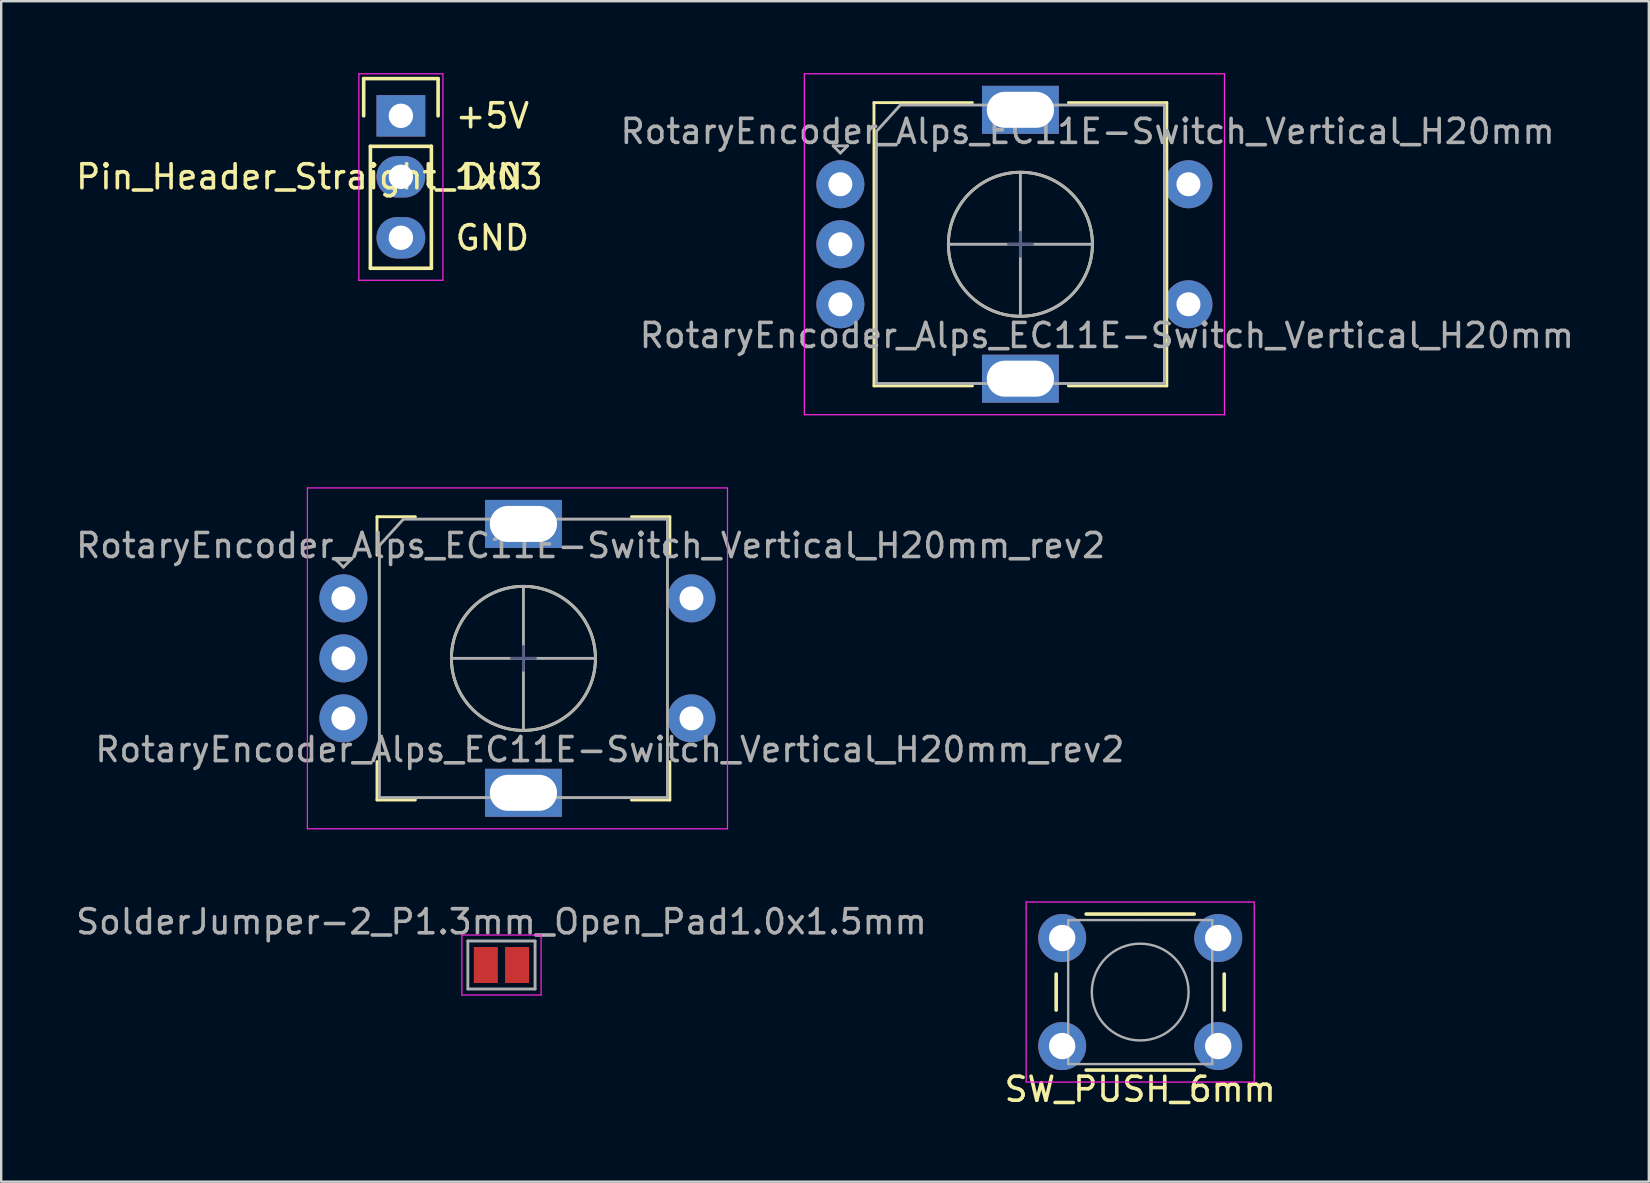
<source format=kicad_pcb>
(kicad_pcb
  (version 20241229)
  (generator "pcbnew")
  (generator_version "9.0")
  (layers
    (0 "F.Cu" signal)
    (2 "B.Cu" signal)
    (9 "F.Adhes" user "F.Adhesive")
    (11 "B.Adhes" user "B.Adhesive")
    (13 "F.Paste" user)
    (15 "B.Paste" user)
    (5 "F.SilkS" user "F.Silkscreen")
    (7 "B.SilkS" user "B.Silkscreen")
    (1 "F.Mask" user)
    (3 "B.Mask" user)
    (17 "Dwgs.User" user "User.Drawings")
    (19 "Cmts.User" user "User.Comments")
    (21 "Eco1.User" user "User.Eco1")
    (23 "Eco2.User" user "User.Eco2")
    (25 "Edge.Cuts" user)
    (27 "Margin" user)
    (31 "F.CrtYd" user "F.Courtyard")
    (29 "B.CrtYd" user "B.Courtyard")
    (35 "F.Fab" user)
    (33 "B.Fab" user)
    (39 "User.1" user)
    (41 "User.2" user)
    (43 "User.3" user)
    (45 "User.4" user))
  (footprint "Pin_Header_Straight_1x03"
    (layer "F.Cu")
    (at 13.649 4.315)
    (property "Reference" "Pin_Header_Straight_1x03" (at -3.81 0 0) (layer "F.SilkS") (effects (font (size 1 1) (thickness 0.15))))
    (attr through_hole)
    (fp_line (start -1.55 -4.09) (end 1.55 -4.09) (stroke (width 0.15) (type solid)) (layer "F.SilkS"))
    (fp_line (start -1.55 -2.54) (end -1.55 -4.09) (stroke (width 0.15) (type solid)) (layer "F.SilkS"))
    (fp_line (start -1.27 -1.27) (end -1.27 3.81) (stroke (width 0.15) (type solid)) (layer "F.SilkS"))
    (fp_line (start -1.27 3.81) (end 1.27 3.81) (stroke (width 0.15) (type solid)) (layer "F.SilkS"))
    (fp_line (start 1.27 -1.27) (end -1.27 -1.27) (stroke (width 0.15) (type solid)) (layer "F.SilkS"))
    (fp_line (start 1.27 3.81) (end 1.27 -1.27) (stroke (width 0.15) (type solid)) (layer "F.SilkS"))
    (fp_line (start 1.55 -4.09) (end 1.55 -2.54) (stroke (width 0.15) (type solid)) (layer "F.SilkS"))
    (fp_line (start -1.75 -4.29) (end -1.75 4.31) (stroke (width 0.05) (type solid)) (layer "F.CrtYd"))
    (fp_line (start -1.75 -4.29) (end 1.75 -4.29) (stroke (width 0.05) (type solid)) (layer "F.CrtYd"))
    (fp_line (start -1.75 4.31) (end 1.75 4.31) (stroke (width 0.05) (type solid)) (layer "F.CrtYd"))
    (fp_line (start 1.75 -4.29) (end 1.75 4.31) (stroke (width 0.05) (type solid)) (layer "F.CrtYd"))
    (fp_text user "DIN" (at 3.81 0 0) (layer "F.SilkS") (effects (font (size 1 1) (thickness 0.15))))
    (fp_text user "+5V" (at 3.81 -2.54 0) (layer "F.SilkS") (effects (font (size 1 1) (thickness 0.15))))
    (fp_text user "GND" (at 3.81 2.54 0) (layer "F.SilkS") (effects (font (size 1 1) (thickness 0.15))))
    (pad "1" thru_hole rect (at 0 -2.54) (size 2.032 1.727) (drill 1.016) (layers "*.Cu" "*.Mask"))
    (pad "2" thru_hole oval (at 0 0) (size 2.032 1.727) (drill 1.016) (layers "*.Cu" "*.Mask"))
    (pad "3" thru_hole oval (at 0 2.54) (size 2.032 1.727) (drill 1.016) (layers "*.Cu" "*.Mask")))
  (footprint "RotaryEncoder_Alps_EC11E-Switch_Vertical_H20mm_rev2"
    (layer "F.Cu")
    (at 18.754 24.375)
    (property "Reference" "RotaryEncoder_Alps_EC11E-Switch_Vertical_H20mm_rev2" (at 2.8 -4.7 0) (layer "F.Fab") (effects (font (size 1 1) (thickness 0.15))))
    (attr through_hole)
    (fp_line (start -6.1 -5.9) (end -6.1 -4.3) (stroke (width 0.12) (type solid)) (layer "F.SilkS"))
    (fp_line (start -6.1 4.3) (end -6.1 5.9) (stroke (width 0.12) (type solid)) (layer "F.SilkS"))
    (fp_line (start -4.5 -5.9) (end -6.1 -5.9) (stroke (width 0.12) (type solid)) (layer "F.SilkS"))
    (fp_line (start -4.5 5.9) (end -6.1 5.9) (stroke (width 0.12) (type solid)) (layer "F.SilkS"))
    (fp_line (start 4.5 -5.9) (end 6.1 -5.9) (stroke (width 0.12) (type solid)) (layer "F.SilkS"))
    (fp_line (start 6.1 -5.9) (end 6.1 -4.3) (stroke (width 0.12) (type solid)) (layer "F.SilkS"))
    (fp_line (start 6.1 4.3) (end 6.1 5.9) (stroke (width 0.12) (type solid)) (layer "F.SilkS"))
    (fp_line (start 6.1 5.9) (end 4.5 5.9) (stroke (width 0.12) (type solid)) (layer "F.SilkS"))
    (fp_circle (center 0 0) (end 3 0) (stroke (width 0.12) (type solid)) (fill no) (layer "F.SilkS"))
    (fp_line (start -9 -7.1) (end -9 7.1) (stroke (width 0.05) (type solid)) (layer "F.CrtYd"))
    (fp_line (start -9 -7.1) (end 8.5 -7.1) (stroke (width 0.05) (type solid)) (layer "F.CrtYd"))
    (fp_line (start 8.5 7.1) (end -9 7.1) (stroke (width 0.05) (type solid)) (layer "F.CrtYd"))
    (fp_line (start 8.5 7.1) (end 8.5 -7.1) (stroke (width 0.05) (type solid)) (layer "F.CrtYd"))
    (fp_line (start -0.5 0) (end 0.5 0) (stroke (width 0.12) (type solid)) (layer "B.Fab"))
    (fp_line (start 0 -0.5) (end 0 0.5) (stroke (width 0.12) (type solid)) (layer "B.Fab"))
    (fp_line (start -7.8 -4.1) (end -7.2 -4.1) (stroke (width 0.12) (type solid)) (layer "F.Fab"))
    (fp_line (start -7.5 -3.8) (end -7.8 -4.1) (stroke (width 0.12) (type solid)) (layer "F.Fab"))
    (fp_line (start -7.2 -4.1) (end -7.5 -3.8) (stroke (width 0.12) (type solid)) (layer "F.Fab"))
    (fp_line (start -6 -4.7) (end -5 -5.8) (stroke (width 0.12) (type solid)) (layer "F.Fab"))
    (fp_line (start -6 5.8) (end -6 -4.7) (stroke (width 0.12) (type solid)) (layer "F.Fab"))
    (fp_line (start -5 -5.8) (end 6 -5.8) (stroke (width 0.12) (type solid)) (layer "F.Fab"))
    (fp_line (start -3 0) (end 3 0) (stroke (width 0.12) (type solid)) (layer "F.Fab"))
    (fp_line (start 0 -3) (end 0 3) (stroke (width 0.12) (type solid)) (layer "F.Fab"))
    (fp_line (start 6 -5.8) (end 6 5.8) (stroke (width 0.12) (type solid)) (layer "F.Fab"))
    (fp_line (start 6 5.8) (end -6 5.8) (stroke (width 0.12) (type solid)) (layer "F.Fab"))
    (fp_circle (center 0 0) (end 3 0) (stroke (width 0.12) (type solid)) (fill no) (layer "F.Fab"))
    (fp_text user "${REFERENCE}" (at 3.6 3.8 0) (layer "F.Fab") (effects (font (size 1 1) (thickness 0.15))))
    (pad "A" thru_hole circle (at -7.5 -2.5) (size 2 2) (drill 1) (layers "*.Cu" "*.Mask"))
    (pad "B" thru_hole circle (at -7.5 2.5) (size 2 2) (drill 1) (layers "*.Cu" "*.Mask"))
    (pad "C" thru_hole circle (at -7.5 0) (size 2 2) (drill 1) (layers "*.Cu" "*.Mask"))
    (pad "MP" thru_hole rect (at 0 -5.6) (size 3.2 2) (drill oval 2.8 1.5) (layers "*.Cu" "*.Mask"))
    (pad "MP" thru_hole rect (at 0 5.6) (size 3.2 2) (drill oval 2.8 1.5) (layers "*.Cu" "*.Mask"))
    (pad "S1" thru_hole circle (at 7 2.5) (size 2 2) (drill 1) (layers "*.Cu" "*.Mask"))
    (pad "S2" thru_hole circle (at 7 -2.5) (size 2 2) (drill 1) (layers "*.Cu" "*.Mask")))
  (footprint "RotaryEncoder_Alps_EC11E-Switch_Vertical_H20mm"
    (layer "F.Cu")
    (at 39.456 7.125)
    (property "Reference" "RotaryEncoder_Alps_EC11E-Switch_Vertical_H20mm" (at 2.8 -4.7 0) (layer "F.Fab") (effects (font (size 1 1) (thickness 0.15))))
    (attr through_hole)
    (fp_line (start -6.1 -5.9) (end -6.1 5.9) (stroke (width 0.12) (type solid)) (layer "F.SilkS"))
    (fp_line (start -2 -5.9) (end -6.1 -5.9) (stroke (width 0.12) (type solid)) (layer "F.SilkS"))
    (fp_line (start -2 5.9) (end -6.1 5.9) (stroke (width 0.12) (type solid)) (layer "F.SilkS"))
    (fp_line (start 2 -5.9) (end 6.1 -5.9) (stroke (width 0.12) (type solid)) (layer "F.SilkS"))
    (fp_line (start 6.1 -5.9) (end 6.1 5.9) (stroke (width 0.12) (type solid)) (layer "F.SilkS"))
    (fp_line (start 6.1 5.9) (end 2 5.9) (stroke (width 0.12) (type solid)) (layer "F.SilkS"))
    (fp_circle (center 0 0) (end 3 0) (stroke (width 0.12) (type solid)) (fill no) (layer "F.SilkS"))
    (fp_line (start -9 -7.1) (end -9 7.1) (stroke (width 0.05) (type solid)) (layer "F.CrtYd"))
    (fp_line (start -9 -7.1) (end 8.5 -7.1) (stroke (width 0.05) (type solid)) (layer "F.CrtYd"))
    (fp_line (start 8.5 7.1) (end -9 7.1) (stroke (width 0.05) (type solid)) (layer "F.CrtYd"))
    (fp_line (start 8.5 7.1) (end 8.5 -7.1) (stroke (width 0.05) (type solid)) (layer "F.CrtYd"))
    (fp_line (start -0.5 0) (end 0.5 0) (stroke (width 0.12) (type solid)) (layer "B.Fab"))
    (fp_line (start 0 -0.5) (end 0 0.5) (stroke (width 0.12) (type solid)) (layer "B.Fab"))
    (fp_line (start -7.8 -4.1) (end -7.2 -4.1) (stroke (width 0.12) (type solid)) (layer "F.Fab"))
    (fp_line (start -7.5 -3.8) (end -7.8 -4.1) (stroke (width 0.12) (type solid)) (layer "F.Fab"))
    (fp_line (start -7.2 -4.1) (end -7.5 -3.8) (stroke (width 0.12) (type solid)) (layer "F.Fab"))
    (fp_line (start -6 -4.7) (end -5 -5.8) (stroke (width 0.12) (type solid)) (layer "F.Fab"))
    (fp_line (start -6 5.8) (end -6 -4.7) (stroke (width 0.12) (type solid)) (layer "F.Fab"))
    (fp_line (start -5 -5.8) (end 6 -5.8) (stroke (width 0.12) (type solid)) (layer "F.Fab"))
    (fp_line (start -3 0) (end 3 0) (stroke (width 0.12) (type solid)) (layer "F.Fab"))
    (fp_line (start 0 -3) (end 0 3) (stroke (width 0.12) (type solid)) (layer "F.Fab"))
    (fp_line (start 6 -5.8) (end 6 5.8) (stroke (width 0.12) (type solid)) (layer "F.Fab"))
    (fp_line (start 6 5.8) (end -6 5.8) (stroke (width 0.12) (type solid)) (layer "F.Fab"))
    (fp_circle (center 0 0) (end 3 0) (stroke (width 0.12) (type solid)) (fill no) (layer "F.Fab"))
    (fp_text user "${REFERENCE}" (at 3.6 3.8 0) (layer "F.Fab") (effects (font (size 1 1) (thickness 0.15))))
    (pad "A" thru_hole circle (at -7.5 -2.5) (size 2 2) (drill 1) (layers "*.Cu" "B.Mask"))
    (pad "B" thru_hole circle (at -7.5 2.5) (size 2 2) (drill 1) (layers "*.Cu" "B.Mask"))
    (pad "C" thru_hole circle (at -7.5 0) (size 2 2) (drill 1) (layers "*.Cu" "B.Mask"))
    (pad "MP" thru_hole rect (at 0 -5.6) (size 3.2 2) (drill oval 2.8 1.5) (layers "*.Cu" "B.Mask"))
    (pad "MP" thru_hole rect (at 0 5.6) (size 3.2 2) (drill oval 2.8 1.5) (layers "*.Cu" "B.Mask"))
    (pad "S1" thru_hole circle (at 7 2.5) (size 2 2) (drill 1) (layers "*.Cu" "B.Mask"))
    (pad "S2" thru_hole circle (at 7 -2.5) (size 2 2) (drill 1) (layers "*.Cu" "B.Mask")))
  (footprint "SolderJumper-2_P1.3mm_Open_Pad1.0x1.5mm"
    (layer "F.Cu")
    (at 17.839 37.148)
    (property "Reference" "SolderJumper-2_P1.3mm_Open_Pad1.0x1.5mm" (at 0 -1.8 0) (layer "F.Fab") (effects (font (size 1 1) (thickness 0.15))))
    (attr exclude_from_pos_files exclude_from_bom)
    (fp_line (start -1.65 -1.25) (end -1.65 1.25) (stroke (width 0.05) (type solid)) (layer "F.CrtYd"))
    (fp_line (start -1.65 -1.25) (end 1.65 -1.25) (stroke (width 0.05) (type solid)) (layer "F.CrtYd"))
    (fp_line (start 1.65 1.25) (end -1.65 1.25) (stroke (width 0.05) (type solid)) (layer "F.CrtYd"))
    (fp_line (start 1.65 1.25) (end 1.65 -1.25) (stroke (width 0.05) (type solid)) (layer "F.CrtYd"))
    (fp_line (start -1.4 -1) (end 1.4 -1) (stroke (width 0.12) (type solid)) (layer "F.Fab"))
    (fp_line (start -1.4 1) (end -1.4 -1) (stroke (width 0.12) (type solid)) (layer "F.Fab"))
    (fp_line (start 1.4 -1) (end 1.4 1) (stroke (width 0.12) (type solid)) (layer "F.Fab"))
    (fp_line (start 1.4 1) (end -1.4 1) (stroke (width 0.12) (type solid)) (layer "F.Fab"))
    (pad "1" smd rect (at -0.65 0) (size 1 1.5) (layers "F.Cu" "F.Mask"))
    (pad "2" smd rect (at 0.65 0) (size 1 1.5) (layers "F.Cu" "F.Mask")))
  (footprint "SW_PUSH_6mm"
    (layer "F.Cu")
    (at 41.196 36.025)
    (property "Reference" "SW_PUSH_6mm" (at 3.25 6.3 0) (layer "F.SilkS") (effects (font (size 1 1) (thickness 0.15))))
    (attr through_hole)
    (fp_line (start -0.25 1.5) (end -0.25 3) (stroke (width 0.15) (type solid)) (layer "F.SilkS"))
    (fp_line (start 1 5.5) (end 5.5 5.5) (stroke (width 0.15) (type solid)) (layer "F.SilkS"))
    (fp_line (start 5.5 -1) (end 1 -1) (stroke (width 0.15) (type solid)) (layer "F.SilkS"))
    (fp_line (start 6.75 3) (end 6.75 1.5) (stroke (width 0.15) (type solid)) (layer "F.SilkS"))
    (fp_line (start -1.5 -1.5) (end -1.25 -1.5) (stroke (width 0.05) (type solid)) (layer "F.CrtYd"))
    (fp_line (start -1.5 -1.25) (end -1.5 -1.5) (stroke (width 0.05) (type solid)) (layer "F.CrtYd"))
    (fp_line (start -1.5 5.75) (end -1.5 -1.25) (stroke (width 0.05) (type solid)) (layer "F.CrtYd"))
    (fp_line (start -1.5 5.75) (end -1.5 6) (stroke (width 0.05) (type solid)) (layer "F.CrtYd"))
    (fp_line (start -1.5 6) (end -1.25 6) (stroke (width 0.05) (type solid)) (layer "F.CrtYd"))
    (fp_line (start -1.25 -1.5) (end 7.75 -1.5) (stroke (width 0.05) (type solid)) (layer "F.CrtYd"))
    (fp_line (start 7.75 -1.5) (end 8 -1.5) (stroke (width 0.05) (type solid)) (layer "F.CrtYd"))
    (fp_line (start 7.75 6) (end -1.25 6) (stroke (width 0.05) (type solid)) (layer "F.CrtYd"))
    (fp_line (start 7.75 6) (end 8 6) (stroke (width 0.05) (type solid)) (layer "F.CrtYd"))
    (fp_line (start 8 -1.5) (end 8 -1.25) (stroke (width 0.05) (type solid)) (layer "F.CrtYd"))
    (fp_line (start 8 -1.25) (end 8 5.75) (stroke (width 0.05) (type solid)) (layer "F.CrtYd"))
    (fp_line (start 8 6) (end 8 5.75) (stroke (width 0.05) (type solid)) (layer "F.CrtYd"))
    (fp_line (start 0.25 -0.75) (end 3.25 -0.75) (stroke (width 0.1) (type solid)) (layer "F.Fab"))
    (fp_line (start 0.25 5.25) (end 0.25 -0.75) (stroke (width 0.1) (type solid)) (layer "F.Fab"))
    (fp_line (start 3.25 -0.75) (end 6.25 -0.75) (stroke (width 0.1) (type solid)) (layer "F.Fab"))
    (fp_line (start 6.25 -0.75) (end 6.25 5.25) (stroke (width 0.1) (type solid)) (layer "F.Fab"))
    (fp_line (start 6.25 5.25) (end 0.25 5.25) (stroke (width 0.1) (type solid)) (layer "F.Fab"))
    (fp_circle (center 3.25 2.25) (end 1.25 2.5) (stroke (width 0.1) (type solid)) (fill no) (layer "F.Fab"))
    (pad "1" thru_hole circle (at 0 0 90) (size 2 2) (drill 1.1) (layers "*.Cu" "*.Mask"))
    (pad "1" thru_hole circle (at 6.5 0 90) (size 2 2) (drill 1.1) (layers "*.Cu" "*.Mask"))
    (pad "2" thru_hole circle (at 0 4.5 90) (size 2 2) (drill 1.1) (layers "*.Cu" "*.Mask"))
    (pad "2" thru_hole circle (at 6.5 4.5 90) (size 2 2) (drill 1.1) (layers "*.Cu" "*.Mask")))
  (gr_rect
    (start -3 -3)
    (end 65.633 46.173)
    (stroke (width 0.1) (type default))
    (fill no)
    (layer "Edge.Cuts")))
</source>
